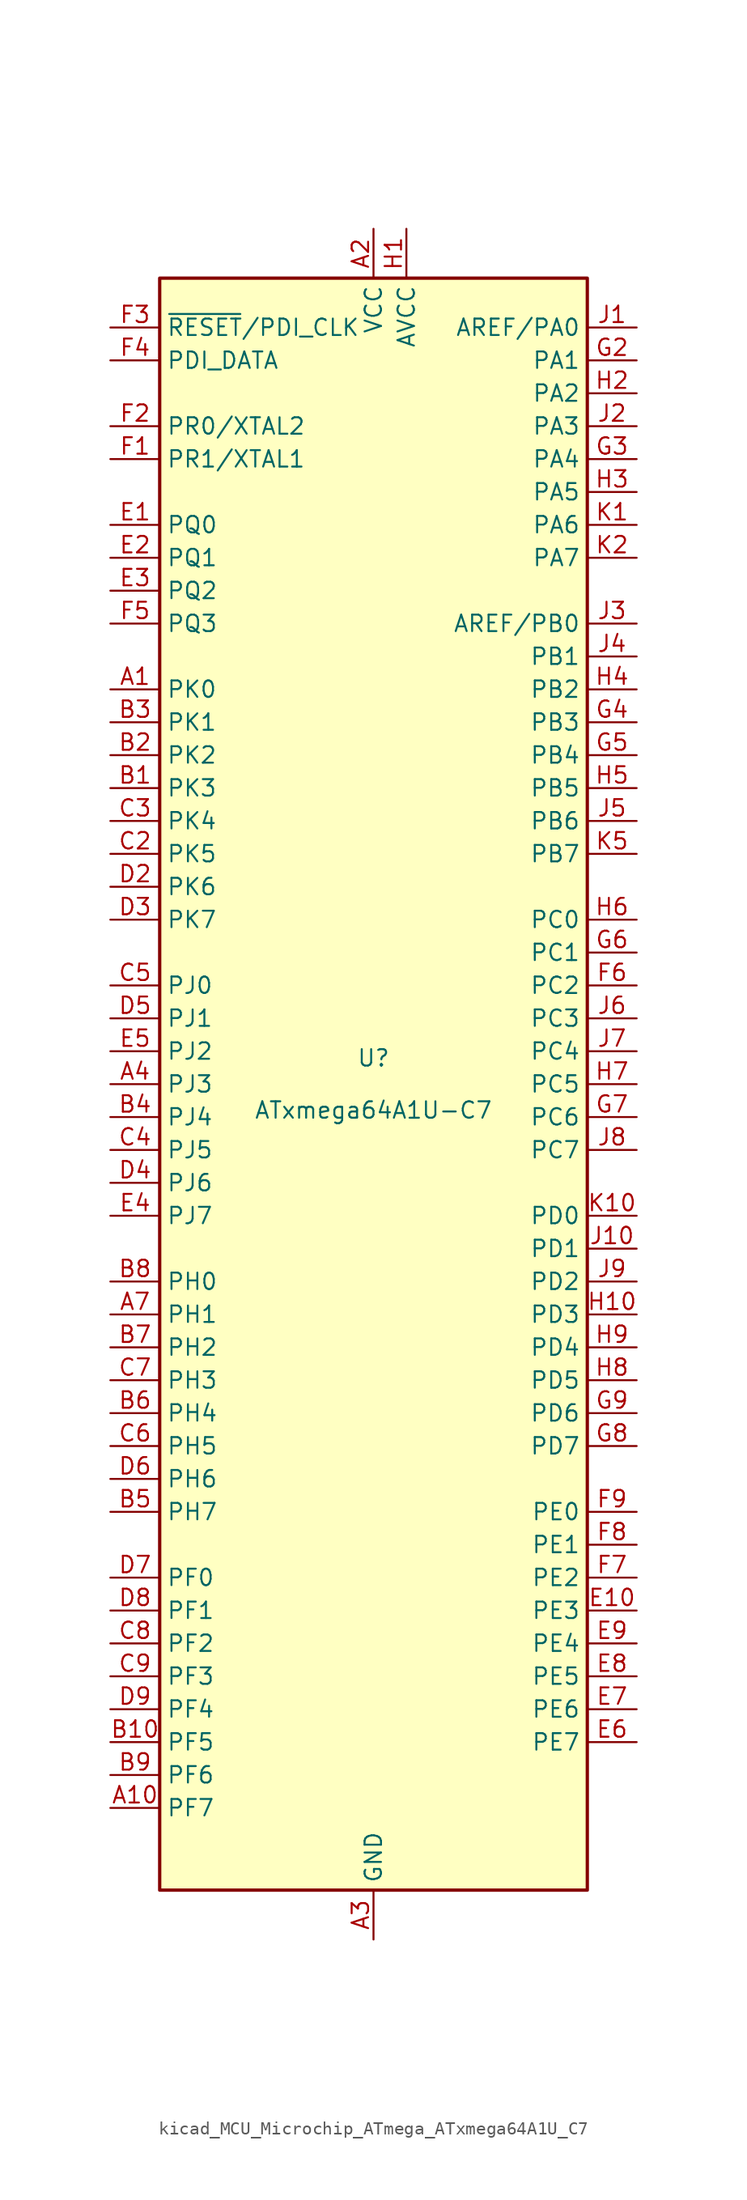
<source format=kicad_sym>
(kicad_symbol_lib
  (version 20220914)
  (generator kicad_symbol_editor)
  (symbol "kicad_MCU_Microchip_ATmega_ATxmega64A1U_C7"
    (property "Reference" "U"
      (at 0 1.27 0)
      (effects (font (size 1.27 1.27)) (justify bottom)))
    (property "Value" "ATxmega64A1U-C7"
      (at 0 -1.27 0)
      (effects (font (size 1.27 1.27)) (justify top)))
    (symbol "kicad_MCU_Microchip_ATmega_ATxmega64A1U_C7_0_1"
      (rectangle (start -16.51 -62.23) (end 16.51 62.23) (stroke (width 0.254) (type default)) (fill (type background))))
    (symbol "kicad_MCU_Microchip_ATmega_ATxmega64A1U_C7_1_1"
      (pin bidirectional line (at -20.32 30.48 0) (length 3.81) (name "PK0" (effects (font (size 1.27 1.27)))) (number "A1" (effects (font (size 1.27 1.27)))))
      (pin bidirectional line (at -20.32 -55.88 0) (length 3.81) (name "PF7" (effects (font (size 1.27 1.27)))) (number "A10" (effects (font (size 1.27 1.27)))))
      (pin power_in line (at 0 66.04 270) (length 3.81) (name "VCC" (effects (font (size 1.27 1.27)))) (number "A2" (effects (font (size 1.27 1.27)))))
      (pin power_in line (at 0 -66.04 90) (length 3.81) (name "GND" (effects (font (size 1.27 1.27)))) (number "A3" (effects (font (size 1.27 1.27)))))
      (pin bidirectional line (at -20.32 0 0) (length 3.81) (name "PJ3" (effects (font (size 1.27 1.27)))) (number "A4" (effects (font (size 1.27 1.27)))))
      (pin passive line (at 0 66.04 270) (length 3.81) hide (name "VCC" (effects (font (size 1.27 1.27)))) (number "A5" (effects (font (size 1.27 1.27)))))
      (pin passive line (at 0 -66.04 90) (length 3.81) hide (name "GND" (effects (font (size 1.27 1.27)))) (number "A6" (effects (font (size 1.27 1.27)))))
      (pin bidirectional line (at -20.32 -17.78 0) (length 3.81) (name "PH1" (effects (font (size 1.27 1.27)))) (number "A7" (effects (font (size 1.27 1.27)))))
      (pin passive line (at 0 -66.04 90) (length 3.81) hide (name "GND" (effects (font (size 1.27 1.27)))) (number "A8" (effects (font (size 1.27 1.27)))))
      (pin passive line (at 0 66.04 270) (length 3.81) hide (name "VCC" (effects (font (size 1.27 1.27)))) (number "A9" (effects (font (size 1.27 1.27)))))
      (pin bidirectional line (at -20.32 22.86 0) (length 3.81) (name "PK3" (effects (font (size 1.27 1.27)))) (number "B1" (effects (font (size 1.27 1.27)))))
      (pin bidirectional line (at -20.32 -50.8 0) (length 3.81) (name "PF5" (effects (font (size 1.27 1.27)))) (number "B10" (effects (font (size 1.27 1.27)))))
      (pin bidirectional line (at -20.32 25.4 0) (length 3.81) (name "PK2" (effects (font (size 1.27 1.27)))) (number "B2" (effects (font (size 1.27 1.27)))))
      (pin bidirectional line (at -20.32 27.94 0) (length 3.81) (name "PK1" (effects (font (size 1.27 1.27)))) (number "B3" (effects (font (size 1.27 1.27)))))
      (pin bidirectional line (at -20.32 -2.54 0) (length 3.81) (name "PJ4" (effects (font (size 1.27 1.27)))) (number "B4" (effects (font (size 1.27 1.27)))))
      (pin bidirectional line (at -20.32 -33.02 0) (length 3.81) (name "PH7" (effects (font (size 1.27 1.27)))) (number "B5" (effects (font (size 1.27 1.27)))))
      (pin bidirectional line (at -20.32 -25.4 0) (length 3.81) (name "PH4" (effects (font (size 1.27 1.27)))) (number "B6" (effects (font (size 1.27 1.27)))))
      (pin bidirectional line (at -20.32 -20.32 0) (length 3.81) (name "PH2" (effects (font (size 1.27 1.27)))) (number "B7" (effects (font (size 1.27 1.27)))))
      (pin bidirectional line (at -20.32 -15.24 0) (length 3.81) (name "PH0" (effects (font (size 1.27 1.27)))) (number "B8" (effects (font (size 1.27 1.27)))))
      (pin bidirectional line (at -20.32 -53.34 0) (length 3.81) (name "PF6" (effects (font (size 1.27 1.27)))) (number "B9" (effects (font (size 1.27 1.27)))))
      (pin passive line (at 0 66.04 270) (length 3.81) hide (name "VCC" (effects (font (size 1.27 1.27)))) (number "C1" (effects (font (size 1.27 1.27)))))
      (pin passive line (at 0 66.04 270) (length 3.81) hide (name "VCC" (effects (font (size 1.27 1.27)))) (number "C10" (effects (font (size 1.27 1.27)))))
      (pin bidirectional line (at -20.32 17.78 0) (length 3.81) (name "PK5" (effects (font (size 1.27 1.27)))) (number "C2" (effects (font (size 1.27 1.27)))))
      (pin bidirectional line (at -20.32 20.32 0) (length 3.81) (name "PK4" (effects (font (size 1.27 1.27)))) (number "C3" (effects (font (size 1.27 1.27)))))
      (pin bidirectional line (at -20.32 -5.08 0) (length 3.81) (name "PJ5" (effects (font (size 1.27 1.27)))) (number "C4" (effects (font (size 1.27 1.27)))))
      (pin bidirectional line (at -20.32 7.62 0) (length 3.81) (name "PJ0" (effects (font (size 1.27 1.27)))) (number "C5" (effects (font (size 1.27 1.27)))))
      (pin bidirectional line (at -20.32 -27.94 0) (length 3.81) (name "PH5" (effects (font (size 1.27 1.27)))) (number "C6" (effects (font (size 1.27 1.27)))))
      (pin bidirectional line (at -20.32 -22.86 0) (length 3.81) (name "PH3" (effects (font (size 1.27 1.27)))) (number "C7" (effects (font (size 1.27 1.27)))))
      (pin bidirectional line (at -20.32 -43.18 0) (length 3.81) (name "PF2" (effects (font (size 1.27 1.27)))) (number "C8" (effects (font (size 1.27 1.27)))))
      (pin bidirectional line (at -20.32 -45.72 0) (length 3.81) (name "PF3" (effects (font (size 1.27 1.27)))) (number "C9" (effects (font (size 1.27 1.27)))))
      (pin passive line (at 0 -66.04 90) (length 3.81) hide (name "GND" (effects (font (size 1.27 1.27)))) (number "D1" (effects (font (size 1.27 1.27)))))
      (pin passive line (at 0 -66.04 90) (length 3.81) hide (name "GND" (effects (font (size 1.27 1.27)))) (number "D10" (effects (font (size 1.27 1.27)))))
      (pin bidirectional line (at -20.32 15.24 0) (length 3.81) (name "PK6" (effects (font (size 1.27 1.27)))) (number "D2" (effects (font (size 1.27 1.27)))))
      (pin bidirectional line (at -20.32 12.7 0) (length 3.81) (name "PK7" (effects (font (size 1.27 1.27)))) (number "D3" (effects (font (size 1.27 1.27)))))
      (pin bidirectional line (at -20.32 -7.62 0) (length 3.81) (name "PJ6" (effects (font (size 1.27 1.27)))) (number "D4" (effects (font (size 1.27 1.27)))))
      (pin bidirectional line (at -20.32 5.08 0) (length 3.81) (name "PJ1" (effects (font (size 1.27 1.27)))) (number "D5" (effects (font (size 1.27 1.27)))))
      (pin bidirectional line (at -20.32 -30.48 0) (length 3.81) (name "PH6" (effects (font (size 1.27 1.27)))) (number "D6" (effects (font (size 1.27 1.27)))))
      (pin bidirectional line (at -20.32 -38.1 0) (length 3.81) (name "PF0" (effects (font (size 1.27 1.27)))) (number "D7" (effects (font (size 1.27 1.27)))))
      (pin bidirectional line (at -20.32 -40.64 0) (length 3.81) (name "PF1" (effects (font (size 1.27 1.27)))) (number "D8" (effects (font (size 1.27 1.27)))))
      (pin bidirectional line (at -20.32 -48.26 0) (length 3.81) (name "PF4" (effects (font (size 1.27 1.27)))) (number "D9" (effects (font (size 1.27 1.27)))))
      (pin bidirectional line (at -20.32 43.18 0) (length 3.81) (name "PQ0" (effects (font (size 1.27 1.27)))) (number "E1" (effects (font (size 1.27 1.27)))))
      (pin bidirectional line (at 20.32 -40.64 180) (length 3.81) (name "PE3" (effects (font (size 1.27 1.27)))) (number "E10" (effects (font (size 1.27 1.27)))))
      (pin bidirectional line (at -20.32 40.64 0) (length 3.81) (name "PQ1" (effects (font (size 1.27 1.27)))) (number "E2" (effects (font (size 1.27 1.27)))))
      (pin bidirectional line (at -20.32 38.1 0) (length 3.81) (name "PQ2" (effects (font (size 1.27 1.27)))) (number "E3" (effects (font (size 1.27 1.27)))))
      (pin bidirectional line (at -20.32 -10.16 0) (length 3.81) (name "PJ7" (effects (font (size 1.27 1.27)))) (number "E4" (effects (font (size 1.27 1.27)))))
      (pin bidirectional line (at -20.32 2.54 0) (length 3.81) (name "PJ2" (effects (font (size 1.27 1.27)))) (number "E5" (effects (font (size 1.27 1.27)))))
      (pin bidirectional line (at 20.32 -50.8 180) (length 3.81) (name "PE7" (effects (font (size 1.27 1.27)))) (number "E6" (effects (font (size 1.27 1.27)))))
      (pin bidirectional line (at 20.32 -48.26 180) (length 3.81) (name "PE6" (effects (font (size 1.27 1.27)))) (number "E7" (effects (font (size 1.27 1.27)))))
      (pin bidirectional line (at 20.32 -45.72 180) (length 3.81) (name "PE5" (effects (font (size 1.27 1.27)))) (number "E8" (effects (font (size 1.27 1.27)))))
      (pin bidirectional line (at 20.32 -43.18 180) (length 3.81) (name "PE4" (effects (font (size 1.27 1.27)))) (number "E9" (effects (font (size 1.27 1.27)))))
      (pin bidirectional line (at -20.32 48.26 0) (length 3.81) (name "PR1/XTAL1" (effects (font (size 1.27 1.27)))) (number "F1" (effects (font (size 1.27 1.27)))))
      (pin passive line (at 0 66.04 270) (length 3.81) hide (name "VCC" (effects (font (size 1.27 1.27)))) (number "F10" (effects (font (size 1.27 1.27)))))
      (pin bidirectional line (at -20.32 50.8 0) (length 3.81) (name "PR0/XTAL2" (effects (font (size 1.27 1.27)))) (number "F2" (effects (font (size 1.27 1.27)))))
      (pin input line (at -20.32 58.42 0) (length 3.81) (name "~{RESET}/PDI_CLK" (effects (font (size 1.27 1.27)))) (number "F3" (effects (font (size 1.27 1.27)))))
      (pin bidirectional line (at -20.32 55.88 0) (length 3.81) (name "PDI_DATA" (effects (font (size 1.27 1.27)))) (number "F4" (effects (font (size 1.27 1.27)))))
      (pin bidirectional line (at -20.32 35.56 0) (length 3.81) (name "PQ3" (effects (font (size 1.27 1.27)))) (number "F5" (effects (font (size 1.27 1.27)))))
      (pin bidirectional line (at 20.32 7.62 180) (length 3.81) (name "PC2" (effects (font (size 1.27 1.27)))) (number "F6" (effects (font (size 1.27 1.27)))))
      (pin bidirectional line (at 20.32 -38.1 180) (length 3.81) (name "PE2" (effects (font (size 1.27 1.27)))) (number "F7" (effects (font (size 1.27 1.27)))))
      (pin bidirectional line (at 20.32 -35.56 180) (length 3.81) (name "PE1" (effects (font (size 1.27 1.27)))) (number "F8" (effects (font (size 1.27 1.27)))))
      (pin bidirectional line (at 20.32 -33.02 180) (length 3.81) (name "PE0" (effects (font (size 1.27 1.27)))) (number "F9" (effects (font (size 1.27 1.27)))))
      (pin passive line (at 0 -66.04 90) (length 3.81) hide (name "GND" (effects (font (size 1.27 1.27)))) (number "G1" (effects (font (size 1.27 1.27)))))
      (pin passive line (at 0 -66.04 90) (length 3.81) hide (name "GND" (effects (font (size 1.27 1.27)))) (number "G10" (effects (font (size 1.27 1.27)))))
      (pin bidirectional line (at 20.32 55.88 180) (length 3.81) (name "PA1" (effects (font (size 1.27 1.27)))) (number "G2" (effects (font (size 1.27 1.27)))))
      (pin bidirectional line (at 20.32 48.26 180) (length 3.81) (name "PA4" (effects (font (size 1.27 1.27)))) (number "G3" (effects (font (size 1.27 1.27)))))
      (pin bidirectional line (at 20.32 27.94 180) (length 3.81) (name "PB3" (effects (font (size 1.27 1.27)))) (number "G4" (effects (font (size 1.27 1.27)))))
      (pin bidirectional line (at 20.32 25.4 180) (length 3.81) (name "PB4" (effects (font (size 1.27 1.27)))) (number "G5" (effects (font (size 1.27 1.27)))))
      (pin bidirectional line (at 20.32 10.16 180) (length 3.81) (name "PC1" (effects (font (size 1.27 1.27)))) (number "G6" (effects (font (size 1.27 1.27)))))
      (pin bidirectional line (at 20.32 -2.54 180) (length 3.81) (name "PC6" (effects (font (size 1.27 1.27)))) (number "G7" (effects (font (size 1.27 1.27)))))
      (pin bidirectional line (at 20.32 -27.94 180) (length 3.81) (name "PD7" (effects (font (size 1.27 1.27)))) (number "G8" (effects (font (size 1.27 1.27)))))
      (pin bidirectional line (at 20.32 -25.4 180) (length 3.81) (name "PD6" (effects (font (size 1.27 1.27)))) (number "G9" (effects (font (size 1.27 1.27)))))
      (pin power_in line (at 2.54 66.04 270) (length 3.81) (name "AVCC" (effects (font (size 1.27 1.27)))) (number "H1" (effects (font (size 1.27 1.27)))))
      (pin bidirectional line (at 20.32 -17.78 180) (length 3.81) (name "PD3" (effects (font (size 1.27 1.27)))) (number "H10" (effects (font (size 1.27 1.27)))))
      (pin bidirectional line (at 20.32 53.34 180) (length 3.81) (name "PA2" (effects (font (size 1.27 1.27)))) (number "H2" (effects (font (size 1.27 1.27)))))
      (pin bidirectional line (at 20.32 45.72 180) (length 3.81) (name "PA5" (effects (font (size 1.27 1.27)))) (number "H3" (effects (font (size 1.27 1.27)))))
      (pin bidirectional line (at 20.32 30.48 180) (length 3.81) (name "PB2" (effects (font (size 1.27 1.27)))) (number "H4" (effects (font (size 1.27 1.27)))))
      (pin bidirectional line (at 20.32 22.86 180) (length 3.81) (name "PB5" (effects (font (size 1.27 1.27)))) (number "H5" (effects (font (size 1.27 1.27)))))
      (pin bidirectional line (at 20.32 12.7 180) (length 3.81) (name "PC0" (effects (font (size 1.27 1.27)))) (number "H6" (effects (font (size 1.27 1.27)))))
      (pin bidirectional line (at 20.32 0 180) (length 3.81) (name "PC5" (effects (font (size 1.27 1.27)))) (number "H7" (effects (font (size 1.27 1.27)))))
      (pin bidirectional line (at 20.32 -22.86 180) (length 3.81) (name "PD5" (effects (font (size 1.27 1.27)))) (number "H8" (effects (font (size 1.27 1.27)))))
      (pin bidirectional line (at 20.32 -20.32 180) (length 3.81) (name "PD4" (effects (font (size 1.27 1.27)))) (number "H9" (effects (font (size 1.27 1.27)))))
      (pin bidirectional line (at 20.32 58.42 180) (length 3.81) (name "AREF/PA0" (effects (font (size 1.27 1.27)))) (number "J1" (effects (font (size 1.27 1.27)))))
      (pin bidirectional line (at 20.32 -12.7 180) (length 3.81) (name "PD1" (effects (font (size 1.27 1.27)))) (number "J10" (effects (font (size 1.27 1.27)))))
      (pin bidirectional line (at 20.32 50.8 180) (length 3.81) (name "PA3" (effects (font (size 1.27 1.27)))) (number "J2" (effects (font (size 1.27 1.27)))))
      (pin bidirectional line (at 20.32 35.56 180) (length 3.81) (name "AREF/PB0" (effects (font (size 1.27 1.27)))) (number "J3" (effects (font (size 1.27 1.27)))))
      (pin bidirectional line (at 20.32 33.02 180) (length 3.81) (name "PB1" (effects (font (size 1.27 1.27)))) (number "J4" (effects (font (size 1.27 1.27)))))
      (pin bidirectional line (at 20.32 20.32 180) (length 3.81) (name "PB6" (effects (font (size 1.27 1.27)))) (number "J5" (effects (font (size 1.27 1.27)))))
      (pin bidirectional line (at 20.32 5.08 180) (length 3.81) (name "PC3" (effects (font (size 1.27 1.27)))) (number "J6" (effects (font (size 1.27 1.27)))))
      (pin bidirectional line (at 20.32 2.54 180) (length 3.81) (name "PC4" (effects (font (size 1.27 1.27)))) (number "J7" (effects (font (size 1.27 1.27)))))
      (pin bidirectional line (at 20.32 -5.08 180) (length 3.81) (name "PC7" (effects (font (size 1.27 1.27)))) (number "J8" (effects (font (size 1.27 1.27)))))
      (pin bidirectional line (at 20.32 -15.24 180) (length 3.81) (name "PD2" (effects (font (size 1.27 1.27)))) (number "J9" (effects (font (size 1.27 1.27)))))
      (pin bidirectional line (at 20.32 43.18 180) (length 3.81) (name "PA6" (effects (font (size 1.27 1.27)))) (number "K1" (effects (font (size 1.27 1.27)))))
      (pin bidirectional line (at 20.32 -10.16 180) (length 3.81) (name "PD0" (effects (font (size 1.27 1.27)))) (number "K10" (effects (font (size 1.27 1.27)))))
      (pin bidirectional line (at 20.32 40.64 180) (length 3.81) (name "PA7" (effects (font (size 1.27 1.27)))) (number "K2" (effects (font (size 1.27 1.27)))))
      (pin passive line (at 0 -66.04 90) (length 3.81) hide (name "GND" (effects (font (size 1.27 1.27)))) (number "K3" (effects (font (size 1.27 1.27)))))
      (pin passive line (at 2.54 66.04 270) (length 3.81) hide (name "AVCC" (effects (font (size 1.27 1.27)))) (number "K4" (effects (font (size 1.27 1.27)))))
      (pin bidirectional line (at 20.32 17.78 180) (length 3.81) (name "PB7" (effects (font (size 1.27 1.27)))) (number "K5" (effects (font (size 1.27 1.27)))))
      (pin passive line (at 0 66.04 270) (length 3.81) hide (name "VCC" (effects (font (size 1.27 1.27)))) (number "K6" (effects (font (size 1.27 1.27)))))
      (pin passive line (at 0 -66.04 90) (length 3.81) hide (name "GND" (effects (font (size 1.27 1.27)))) (number "K7" (effects (font (size 1.27 1.27)))))
      (pin passive line (at 0 66.04 270) (length 3.81) hide (name "VCC" (effects (font (size 1.27 1.27)))) (number "K8" (effects (font (size 1.27 1.27)))))
      (pin passive line (at 0 -66.04 90) (length 3.81) hide (name "GND" (effects (font (size 1.27 1.27)))) (number "K9" (effects (font (size 1.27 1.27))))))))
</source>
